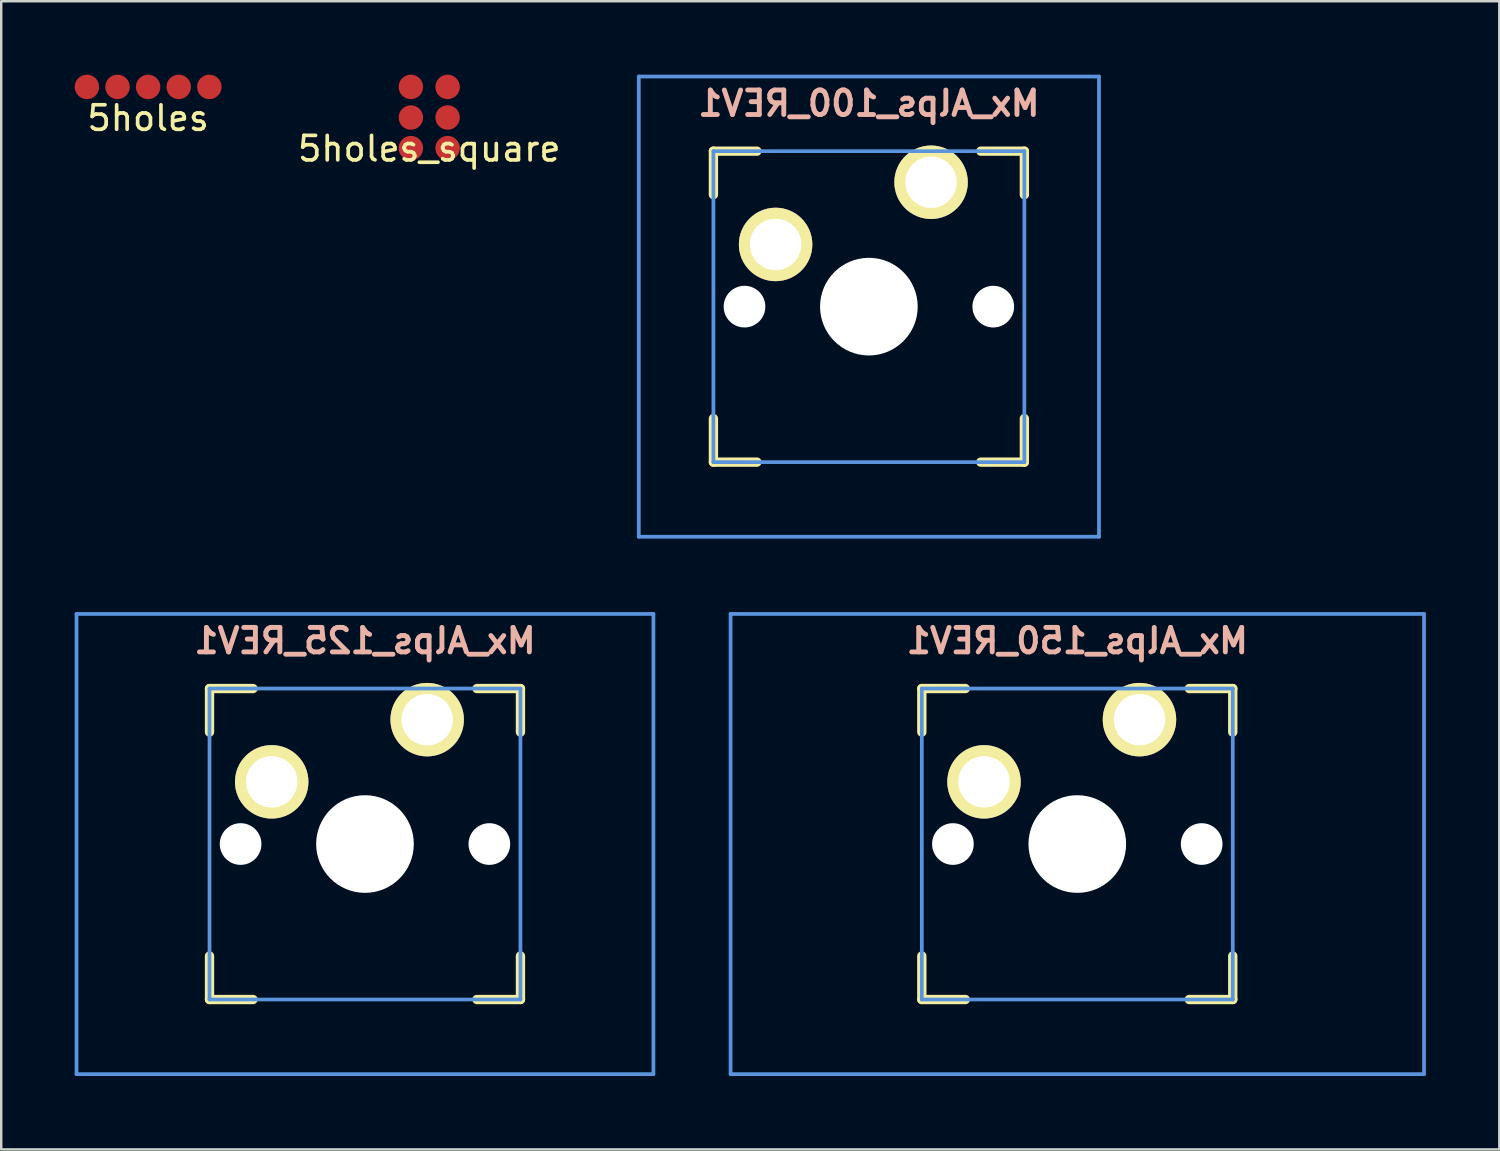
<source format=kicad_pcb>
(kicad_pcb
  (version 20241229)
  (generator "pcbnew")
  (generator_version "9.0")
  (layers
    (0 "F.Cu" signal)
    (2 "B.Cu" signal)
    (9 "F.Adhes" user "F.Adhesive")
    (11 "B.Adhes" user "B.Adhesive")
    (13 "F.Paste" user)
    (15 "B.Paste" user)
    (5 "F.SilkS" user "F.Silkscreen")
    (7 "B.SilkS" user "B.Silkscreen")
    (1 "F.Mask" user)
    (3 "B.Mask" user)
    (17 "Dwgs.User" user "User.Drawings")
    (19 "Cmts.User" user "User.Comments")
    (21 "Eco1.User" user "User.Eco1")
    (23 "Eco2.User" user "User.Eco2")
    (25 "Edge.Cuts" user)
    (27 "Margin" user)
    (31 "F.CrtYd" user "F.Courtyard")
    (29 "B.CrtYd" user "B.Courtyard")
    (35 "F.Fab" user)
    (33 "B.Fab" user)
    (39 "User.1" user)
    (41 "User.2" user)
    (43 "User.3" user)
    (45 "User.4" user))
  (footprint "5holes_square"
    (layer "F.Cu")
    (at 14.482 1.75)
    (property "Reference" "5holes_square" (at 0 1.275 0) (layer "F.SilkS") (effects (font (size 1 1) (thickness 0.15))))
    (attr through_hole)
    (pad "1" smd circle (at -0.75 -1.25) (size 1 1) (layers "F.Cu" "F.Mask" "F.Paste"))
    (pad "1" smd circle (at 0.75 -1.25) (size 1 1) (layers "F.Cu" "F.Mask" "F.Paste"))
    (pad "2" smd circle (at 0.75 0) (size 1 1) (layers "F.Cu" "F.Mask" "F.Paste"))
    (pad "3" smd circle (at -0.75 0) (size 1 1) (layers "F.Cu" "F.Mask" "F.Paste"))
    (pad "4" smd circle (at 0.75 1.25) (size 1 1) (layers "F.Cu" "F.Mask" "F.Paste"))
    (pad "5" smd circle (at -0.75 1.25) (size 1 1) (layers "F.Cu" "F.Mask" "F.Paste")))
  (footprint "Mx_Alps_100_REV1"
    (layer "F.Cu")
    (at 32.438 9.474)
    (property "Reference" "Mx_Alps_100_REV1" (at 0 -8.3 0) (layer "B.SilkS") (effects (font (size 1 1) (thickness 0.2)) (justify mirror)))
    (attr through_hole)
    (fp_line (start -6.35 -6.35) (end -4.572 -6.35) (stroke (width 0.381) (type solid)) (layer "F.SilkS"))
    (fp_line (start -6.35 -4.572) (end -6.35 -6.35) (stroke (width 0.381) (type solid)) (layer "F.SilkS"))
    (fp_line (start -6.35 6.35) (end -6.35 4.572) (stroke (width 0.381) (type solid)) (layer "F.SilkS"))
    (fp_line (start -4.572 6.35) (end -6.35 6.35) (stroke (width 0.381) (type solid)) (layer "F.SilkS"))
    (fp_line (start 4.572 -6.35) (end 6.35 -6.35) (stroke (width 0.381) (type solid)) (layer "F.SilkS"))
    (fp_line (start 6.35 -6.35) (end 6.35 -4.572) (stroke (width 0.381) (type solid)) (layer "F.SilkS"))
    (fp_line (start 6.35 4.572) (end 6.35 6.35) (stroke (width 0.381) (type solid)) (layer "F.SilkS"))
    (fp_line (start 6.35 6.35) (end 4.572 6.35) (stroke (width 0.381) (type solid)) (layer "F.SilkS"))
    (fp_line (start -9.398 -9.398) (end 9.398 -9.398) (stroke (width 0.152) (type solid)) (layer "Cmts.User"))
    (fp_line (start -9.398 9.398) (end -9.398 -9.398) (stroke (width 0.152) (type solid)) (layer "Cmts.User"))
    (fp_line (start -6.35 -6.35) (end 6.35 -6.35) (stroke (width 0.152) (type solid)) (layer "Cmts.User"))
    (fp_line (start -6.35 6.35) (end -6.35 -6.35) (stroke (width 0.152) (type solid)) (layer "Cmts.User"))
    (fp_line (start 6.35 -6.35) (end 6.35 6.35) (stroke (width 0.152) (type solid)) (layer "Cmts.User"))
    (fp_line (start 6.35 6.35) (end -6.35 6.35) (stroke (width 0.152) (type solid)) (layer "Cmts.User"))
    (fp_line (start 9.398 -9.398) (end 9.398 9.398) (stroke (width 0.152) (type solid)) (layer "Cmts.User"))
    (fp_line (start 9.398 9.398) (end -9.398 9.398) (stroke (width 0.152) (type solid)) (layer "Cmts.User"))
    (fp_line (start -6.985 -6.985) (end 6.985 -6.985) (stroke (width 0.152) (type solid)) (layer "Eco2.User"))
    (fp_line (start -6.985 6.985) (end -6.985 -6.985) (stroke (width 0.152) (type solid)) (layer "Eco2.User"))
    (fp_line (start 6.985 -6.985) (end 6.985 6.985) (stroke (width 0.152) (type solid)) (layer "Eco2.User"))
    (fp_line (start 6.985 6.985) (end -6.985 6.985) (stroke (width 0.152) (type solid)) (layer "Eco2.User"))
    (pad "" np_thru_hole circle (at -5.08 0) (size 1.702 1.702) (drill 1.702) (layers "*.Cu"))
    (pad "" np_thru_hole circle (at 0 0) (size 3.988 3.988) (drill 3.988) (layers "*.Cu"))
    (pad "" np_thru_hole circle (at 5.08 0) (size 1.702 1.702) (drill 1.702) (layers "*.Cu"))
    (pad "1" thru_hole oval (at -3.81 -2.54) (size 3 3) (drill oval 2.1) (layers "*.Cu" "*.Mask" "F.SilkS"))
    (pad "2" thru_hole oval (at 2.54 -5.08) (size 3 3) (drill oval 2.1) (layers "*.Cu" "*.Mask" "F.SilkS")))
  (footprint "Mx_Alps_125_REV1"
    (layer "F.Cu")
    (at 11.857 31.423)
    (property "Reference" "Mx_Alps_125_REV1" (at 0 -8.3 0) (layer "B.SilkS") (effects (font (size 1 1) (thickness 0.2)) (justify mirror)))
    (attr through_hole)
    (fp_line (start -6.35 -6.35) (end -4.572 -6.35) (stroke (width 0.381) (type solid)) (layer "F.SilkS"))
    (fp_line (start -6.35 -4.572) (end -6.35 -6.35) (stroke (width 0.381) (type solid)) (layer "F.SilkS"))
    (fp_line (start -6.35 6.35) (end -6.35 4.572) (stroke (width 0.381) (type solid)) (layer "F.SilkS"))
    (fp_line (start -4.572 6.35) (end -6.35 6.35) (stroke (width 0.381) (type solid)) (layer "F.SilkS"))
    (fp_line (start 4.572 -6.35) (end 6.35 -6.35) (stroke (width 0.381) (type solid)) (layer "F.SilkS"))
    (fp_line (start 6.35 -6.35) (end 6.35 -4.572) (stroke (width 0.381) (type solid)) (layer "F.SilkS"))
    (fp_line (start 6.35 4.572) (end 6.35 6.35) (stroke (width 0.381) (type solid)) (layer "F.SilkS"))
    (fp_line (start 6.35 6.35) (end 4.572 6.35) (stroke (width 0.381) (type solid)) (layer "F.SilkS"))
    (fp_line (start -11.781 -9.398) (end 11.781 -9.398) (stroke (width 0.152) (type solid)) (layer "Cmts.User"))
    (fp_line (start -11.781 9.398) (end -11.781 -9.398) (stroke (width 0.152) (type solid)) (layer "Cmts.User"))
    (fp_line (start -6.35 -6.35) (end 6.35 -6.35) (stroke (width 0.152) (type solid)) (layer "Cmts.User"))
    (fp_line (start -6.35 6.35) (end -6.35 -6.35) (stroke (width 0.152) (type solid)) (layer "Cmts.User"))
    (fp_line (start 6.35 -6.35) (end 6.35 6.35) (stroke (width 0.152) (type solid)) (layer "Cmts.User"))
    (fp_line (start 6.35 6.35) (end -6.35 6.35) (stroke (width 0.152) (type solid)) (layer "Cmts.User"))
    (fp_line (start 11.781 -9.398) (end 11.781 9.398) (stroke (width 0.152) (type solid)) (layer "Cmts.User"))
    (fp_line (start 11.781 9.398) (end -11.781 9.398) (stroke (width 0.152) (type solid)) (layer "Cmts.User"))
    (fp_line (start -6.985 -6.985) (end 6.985 -6.985) (stroke (width 0.152) (type solid)) (layer "Eco2.User"))
    (fp_line (start -6.985 6.985) (end -6.985 -6.985) (stroke (width 0.152) (type solid)) (layer "Eco2.User"))
    (fp_line (start 6.985 -6.985) (end 6.985 6.985) (stroke (width 0.152) (type solid)) (layer "Eco2.User"))
    (fp_line (start 6.985 6.985) (end -6.985 6.985) (stroke (width 0.152) (type solid)) (layer "Eco2.User"))
    (pad "" np_thru_hole circle (at -5.08 0) (size 1.702 1.702) (drill 1.702) (layers "*.Cu"))
    (pad "" np_thru_hole circle (at 0 0) (size 3.988 3.988) (drill 3.988) (layers "*.Cu"))
    (pad "" np_thru_hole circle (at 5.08 0) (size 1.702 1.702) (drill 1.702) (layers "*.Cu"))
    (pad "1" thru_hole oval (at -3.81 -2.54) (size 3 3) (drill oval 2.1) (layers "*.Cu" "*.Mask" "F.SilkS"))
    (pad "2" thru_hole oval (at 2.54 -5.08) (size 3 3) (drill oval 2.1) (layers "*.Cu" "*.Mask" "F.SilkS")))
  (footprint "Mx_Alps_150_REV1"
    (layer "F.Cu")
    (at 40.95 31.423)
    (property "Reference" "Mx_Alps_150_REV1" (at 0 -8.3 0) (layer "B.SilkS") (effects (font (size 1 1) (thickness 0.2)) (justify mirror)))
    (attr through_hole)
    (fp_line (start -6.35 -6.35) (end -4.572 -6.35) (stroke (width 0.381) (type solid)) (layer "F.SilkS"))
    (fp_line (start -6.35 -4.572) (end -6.35 -6.35) (stroke (width 0.381) (type solid)) (layer "F.SilkS"))
    (fp_line (start -6.35 6.35) (end -6.35 4.572) (stroke (width 0.381) (type solid)) (layer "F.SilkS"))
    (fp_line (start -4.572 6.35) (end -6.35 6.35) (stroke (width 0.381) (type solid)) (layer "F.SilkS"))
    (fp_line (start 4.572 -6.35) (end 6.35 -6.35) (stroke (width 0.381) (type solid)) (layer "F.SilkS"))
    (fp_line (start 6.35 -6.35) (end 6.35 -4.572) (stroke (width 0.381) (type solid)) (layer "F.SilkS"))
    (fp_line (start 6.35 4.572) (end 6.35 6.35) (stroke (width 0.381) (type solid)) (layer "F.SilkS"))
    (fp_line (start 6.35 6.35) (end 4.572 6.35) (stroke (width 0.381) (type solid)) (layer "F.SilkS"))
    (fp_line (start -14.161 -9.398) (end 14.161 -9.398) (stroke (width 0.152) (type solid)) (layer "Cmts.User"))
    (fp_line (start -14.161 9.398) (end -14.161 -9.398) (stroke (width 0.152) (type solid)) (layer "Cmts.User"))
    (fp_line (start -6.35 -6.35) (end 6.35 -6.35) (stroke (width 0.152) (type solid)) (layer "Cmts.User"))
    (fp_line (start -6.35 6.35) (end -6.35 -6.35) (stroke (width 0.152) (type solid)) (layer "Cmts.User"))
    (fp_line (start 6.35 -6.35) (end 6.35 6.35) (stroke (width 0.152) (type solid)) (layer "Cmts.User"))
    (fp_line (start 6.35 6.35) (end -6.35 6.35) (stroke (width 0.152) (type solid)) (layer "Cmts.User"))
    (fp_line (start 14.161 -9.398) (end 14.161 9.398) (stroke (width 0.152) (type solid)) (layer "Cmts.User"))
    (fp_line (start 14.161 9.398) (end -14.161 9.398) (stroke (width 0.152) (type solid)) (layer "Cmts.User"))
    (fp_line (start -6.985 -6.985) (end 6.985 -6.985) (stroke (width 0.152) (type solid)) (layer "Eco2.User"))
    (fp_line (start -6.985 6.985) (end -6.985 -6.985) (stroke (width 0.152) (type solid)) (layer "Eco2.User"))
    (fp_line (start 6.985 -6.985) (end 6.985 6.985) (stroke (width 0.152) (type solid)) (layer "Eco2.User"))
    (fp_line (start 6.985 6.985) (end -6.985 6.985) (stroke (width 0.152) (type solid)) (layer "Eco2.User"))
    (pad "" np_thru_hole circle (at -5.08 0) (size 1.702 1.702) (drill 1.702) (layers "*.Cu"))
    (pad "" np_thru_hole circle (at 0 0) (size 3.988 3.988) (drill 3.988) (layers "*.Cu"))
    (pad "" np_thru_hole circle (at 5.08 0) (size 1.702 1.702) (drill 1.702) (layers "*.Cu"))
    (pad "1" thru_hole oval (at -3.81 -2.54) (size 3 3) (drill oval 2.1) (layers "*.Cu" "*.Mask" "F.SilkS"))
    (pad "2" thru_hole oval (at 2.54 -5.08) (size 3 3) (drill oval 2.1) (layers "*.Cu" "*.Mask" "F.SilkS")))
  (footprint "5holes"
    (layer "F.Cu")
    (at 3 0.5)
    (property "Reference" "5holes" (at 0 1.275 0) (layer "F.SilkS") (effects (font (size 1 1) (thickness 0.15))))
    (attr through_hole)
    (pad "1" smd circle (at 0 0) (size 1 1) (layers "F.Cu" "F.Mask" "F.Paste"))
    (pad "2" smd circle (at 1.25 0) (size 1 1) (layers "F.Cu" "F.Mask" "F.Paste"))
    (pad "3" smd circle (at 2.5 0) (size 1 1) (layers "F.Cu" "F.Mask" "F.Paste"))
    (pad "4" smd circle (at -1.25 0) (size 1 1) (layers "F.Cu" "F.Mask" "F.Paste"))
    (pad "5" smd circle (at -2.5 0) (size 1 1) (layers "F.Cu" "F.Mask" "F.Paste")))
  (gr_rect
    (start -3 -3)
    (end 58.187 43.897)
    (stroke (width 0.1) (type default))
    (fill no)
    (layer "Edge.Cuts")))
</source>
